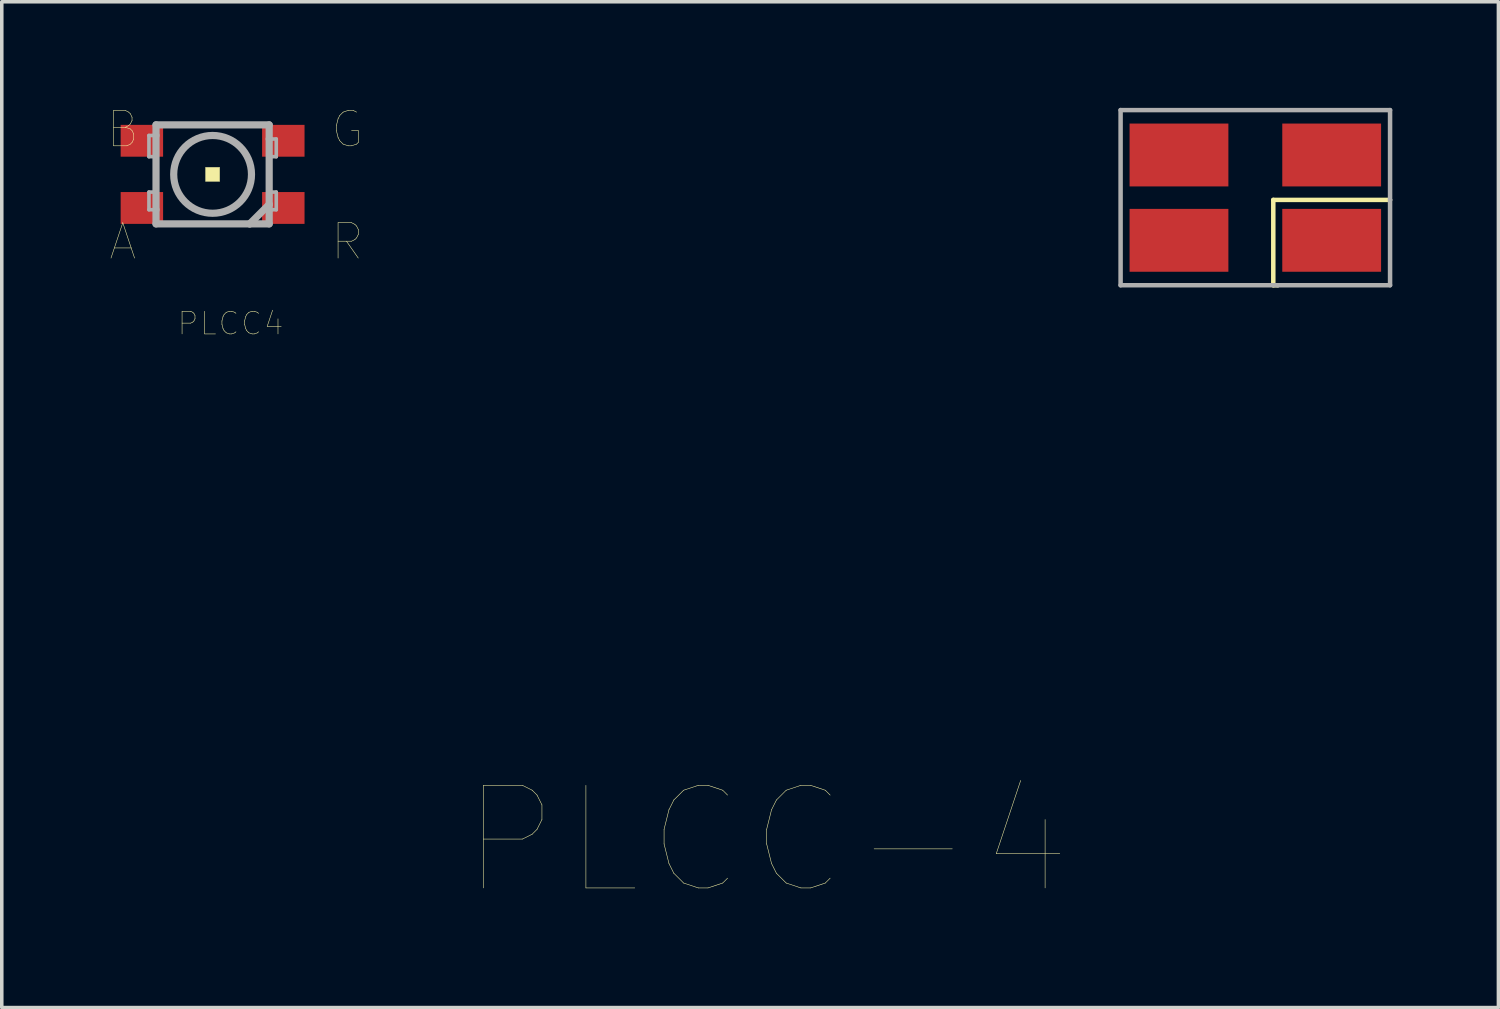
<source format=kicad_pcb>
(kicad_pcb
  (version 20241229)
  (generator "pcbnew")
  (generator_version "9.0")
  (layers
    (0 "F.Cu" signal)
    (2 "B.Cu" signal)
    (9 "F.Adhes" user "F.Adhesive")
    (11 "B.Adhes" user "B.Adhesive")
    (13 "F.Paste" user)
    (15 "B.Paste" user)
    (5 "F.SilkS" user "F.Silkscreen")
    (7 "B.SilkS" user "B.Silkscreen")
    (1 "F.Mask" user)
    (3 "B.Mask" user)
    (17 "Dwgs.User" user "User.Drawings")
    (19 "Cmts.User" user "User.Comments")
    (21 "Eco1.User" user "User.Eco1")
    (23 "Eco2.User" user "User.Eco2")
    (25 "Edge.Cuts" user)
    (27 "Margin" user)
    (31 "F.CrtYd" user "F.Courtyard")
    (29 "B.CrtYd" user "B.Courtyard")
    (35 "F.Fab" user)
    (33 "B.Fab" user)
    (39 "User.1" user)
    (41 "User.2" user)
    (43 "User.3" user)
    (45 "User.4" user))
  (footprint "PLCC-4"
    (layer "F.Cu")
    (at 32.449 2.603)
    (property "Reference" "PLCC-4" (at -13.819 18.115 0) (layer "F.SilkS") (effects (font (size 2.901 2.901) (thickness 0.015))))
    (attr through_hole)
    (fp_line (start 0.508 0) (end 3.81 0) (stroke (width 0.127) (type solid)) (layer "F.SilkS"))
    (fp_line (start 0.508 2.413) (end 0.508 0) (stroke (width 0.127) (type solid)) (layer "F.SilkS"))
    (fp_line (start 0.635 2.413) (end 0.508 2.413) (stroke (width 0.127) (type solid)) (layer "F.SilkS"))
    (fp_line (start -3.81 -2.54) (end -3.81 2.413) (stroke (width 0.127) (type solid)) (layer "F.Fab"))
    (fp_line (start -3.81 2.413) (end 0.635 2.413) (stroke (width 0.127) (type solid)) (layer "F.Fab"))
    (fp_line (start 0.635 2.413) (end 3.81 2.413) (stroke (width 0.127) (type solid)) (layer "F.Fab"))
    (fp_line (start 3.81 -2.54) (end -3.81 -2.54) (stroke (width 0.127) (type solid)) (layer "F.Fab"))
    (fp_line (start 3.81 0) (end 3.81 -2.54) (stroke (width 0.127) (type solid)) (layer "F.Fab"))
    (fp_line (start 3.81 2.413) (end 3.81 0) (stroke (width 0.127) (type solid)) (layer "F.Fab"))
    (pad "1" smd rect (at 2.159 1.143) (size 2.794 1.778) (layers "F.Cu" "F.Mask" "F.Paste"))
    (pad "2" smd rect (at -2.159 1.143) (size 2.794 1.778) (layers "F.Cu" "F.Mask" "F.Paste"))
    (pad "3" smd rect (at -2.159 -1.27) (size 2.794 1.778) (layers "F.Cu" "F.Mask" "F.Paste"))
    (pad "4" smd rect (at 2.159 -1.27) (size 2.794 1.778) (layers "F.Cu" "F.Mask" "F.Paste")))
  (footprint "PLCC4"
    (layer "F.Cu")
    (at 2.962 1.881)
    (property "Reference" "PLCC4" (at 0.508 4.216 0) (layer "F.SilkS") (effects (font (size 0.64 0.64) (thickness 0.015))))
    (attr through_hole)
    (fp_poly (pts (xy -0.2 -0.2) (xy 0.2 -0.2) (xy 0.2 0.2) (xy -0.2 0.2)) (stroke (width 0.01) (type solid)) (fill yes) (layer "F.SilkS"))
    (fp_line (start -1.8 -1.1) (end -1.6 -1.1) (stroke (width 0.102) (type solid)) (layer "F.Fab"))
    (fp_line (start -1.8 -0.5) (end -1.8 -1.1) (stroke (width 0.102) (type solid)) (layer "F.Fab"))
    (fp_line (start -1.8 0.5) (end -1.65 0.5) (stroke (width 0.102) (type solid)) (layer "F.Fab"))
    (fp_line (start -1.8 1) (end -1.8 0.5) (stroke (width 0.102) (type solid)) (layer "F.Fab"))
    (fp_line (start -1.65 -0.5) (end -1.8 -0.5) (stroke (width 0.102) (type solid)) (layer "F.Fab"))
    (fp_line (start -1.6 -1.4) (end -1.6 -1.1) (stroke (width 0.203) (type solid)) (layer "F.Fab"))
    (fp_line (start -1.6 -1.1) (end -1.6 1) (stroke (width 0.203) (type solid)) (layer "F.Fab"))
    (fp_line (start -1.6 1) (end -1.8 1) (stroke (width 0.102) (type solid)) (layer "F.Fab"))
    (fp_line (start -1.6 1) (end -1.6 1.4) (stroke (width 0.203) (type solid)) (layer "F.Fab"))
    (fp_line (start -1.6 1.4) (end 1.05 1.4) (stroke (width 0.203) (type solid)) (layer "F.Fab"))
    (fp_line (start 1.05 1.4) (end 1.6 1.4) (stroke (width 0.203) (type solid)) (layer "F.Fab"))
    (fp_line (start 1.6 -1.4) (end -1.6 -1.4) (stroke (width 0.203) (type solid)) (layer "F.Fab"))
    (fp_line (start 1.6 -1) (end 1.6 -1.4) (stroke (width 0.203) (type solid)) (layer "F.Fab"))
    (fp_line (start 1.6 0.85) (end 1.05 1.4) (stroke (width 0.203) (type solid)) (layer "F.Fab"))
    (fp_line (start 1.6 0.85) (end 1.6 -1) (stroke (width 0.203) (type solid)) (layer "F.Fab"))
    (fp_line (start 1.6 1) (end 1.6 0.85) (stroke (width 0.203) (type solid)) (layer "F.Fab"))
    (fp_line (start 1.6 1) (end 1.8 1) (stroke (width 0.102) (type solid)) (layer "F.Fab"))
    (fp_line (start 1.6 1.4) (end 1.6 1) (stroke (width 0.203) (type solid)) (layer "F.Fab"))
    (fp_line (start 1.65 -0.5) (end 1.8 -0.5) (stroke (width 0.102) (type solid)) (layer "F.Fab"))
    (fp_line (start 1.8 -1) (end 1.6 -1) (stroke (width 0.102) (type solid)) (layer "F.Fab"))
    (fp_line (start 1.8 -0.5) (end 1.8 -1) (stroke (width 0.102) (type solid)) (layer "F.Fab"))
    (fp_line (start 1.8 0.5) (end 1.65 0.5) (stroke (width 0.102) (type solid)) (layer "F.Fab"))
    (fp_line (start 1.8 1) (end 1.8 0.5) (stroke (width 0.102) (type solid)) (layer "F.Fab"))
    (fp_circle (center 0 0) (end 1.1 0) (stroke (width 0.203) (type solid)) (fill no) (layer "F.Fab"))
    (fp_text user "R" (at 3.81 1.905 0) (layer "F.SilkS") (effects (font (size 1 1) (thickness 0.015))))
    (fp_text user "B" (at -2.54 -1.27 0) (layer "F.SilkS") (effects (font (size 1 1) (thickness 0.015))))
    (fp_text user "G" (at 3.81 -1.27 0) (layer "F.SilkS") (effects (font (size 1 1) (thickness 0.015))))
    (fp_text user "A" (at -2.54 1.905 0) (layer "F.SilkS") (effects (font (size 1 1) (thickness 0.015))))
    (pad "1" smd rect (at -2 0.95) (size 1.2 0.9) (layers "F.Cu"))
    (pad "2" smd rect (at 2 0.95) (size 1.2 0.9) (layers "F.Cu"))
    (pad "3" smd rect (at 2 -0.95) (size 1.2 0.9) (layers "F.Cu"))
    (pad "4" smd rect (at -2 -0.95) (size 1.2 0.9) (layers "F.Cu")))
  (gr_rect
    (start -3 -3)
    (end 39.323 25.442)
    (stroke (width 0.1) (type default))
    (fill no)
    (layer "Edge.Cuts")))
</source>
